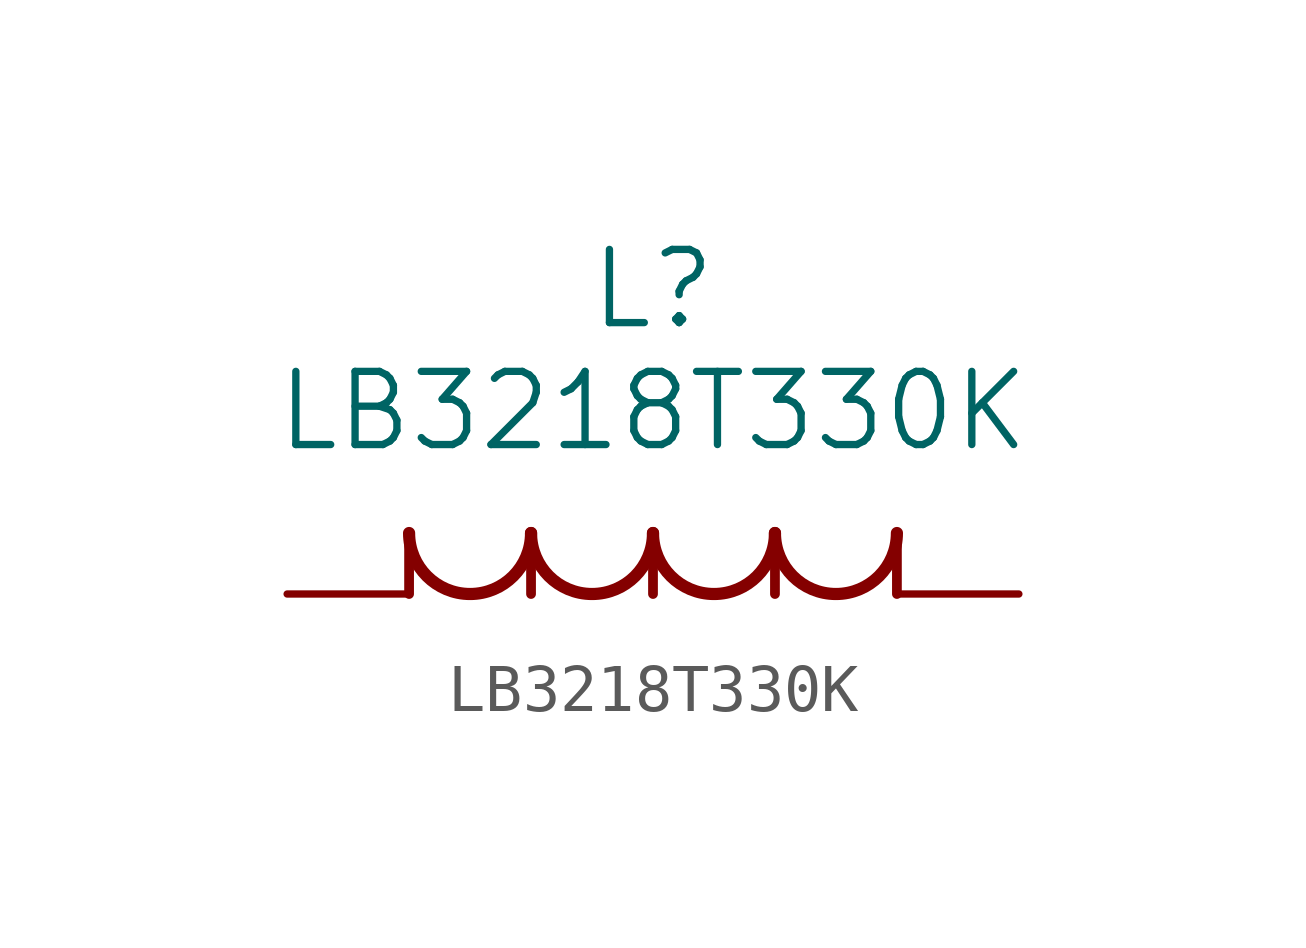
<source format=kicad_sym>
(kicad_symbol_lib
  (version 20220328)
  (generator kicad_symbol_editor)
  (symbol "LB3218T330K"
    (pin_numbers hide)
    (pin_names
      (offset 1.651) hide)
    (property "Reference" "L"
      (at 0 6.35 0)
      (effects (font (size 1.524 1.524))))
    (property "Value" "LB3218T330K"
      (at 0 3.81 0)
      (effects (font (size 1.524 1.524))))
    (symbol "LB3218T330K_1_1"
      (arc (start -5.08 1.27) (mid -3.81 0.0055) (end -2.54 1.27) (stroke (width 0.254) (type solid)) (fill (type none)))
      (arc (start -2.54 1.27) (mid -1.27 0.0055) (end 0 1.27) (stroke (width 0.254) (type solid)) (fill (type none)))
      (polyline (pts (xy -5.08 0) (xy -5.08 1.27)) (stroke (width 0.203) (type solid)) (fill (type none)))
      (polyline (pts (xy -2.54 0) (xy -2.54 1.27)) (stroke (width 0.203) (type solid)) (fill (type none)))
      (polyline (pts (xy 0 0) (xy 0 1.27)) (stroke (width 0.203) (type solid)) (fill (type none)))
      (polyline (pts (xy 2.54 0) (xy 2.54 1.27)) (stroke (width 0.203) (type solid)) (fill (type none)))
      (polyline (pts (xy 5.08 0) (xy 5.08 1.27)) (stroke (width 0.203) (type solid)) (fill (type none)))
      (arc (start 0 1.27) (mid 1.27 0.0055) (end 2.54 1.27) (stroke (width 0.254) (type solid)) (fill (type none)))
      (arc (start 2.54 1.27) (mid 3.81 0.0055) (end 5.08 1.27) (stroke (width 0.254) (type solid)) (fill (type none)))
      (pin unspecified line (at 7.62 0 180) (length 2.54) (name "1" (effects (font (size 1.499 1.499)))) (number "1" (effects (font (size 1.499 1.499)))))
      (pin unspecified line (at -7.62 0 0) (length 2.54) (name "2" (effects (font (size 1.499 1.499)))) (number "2" (effects (font (size 1.499 1.499))))))))
</source>
